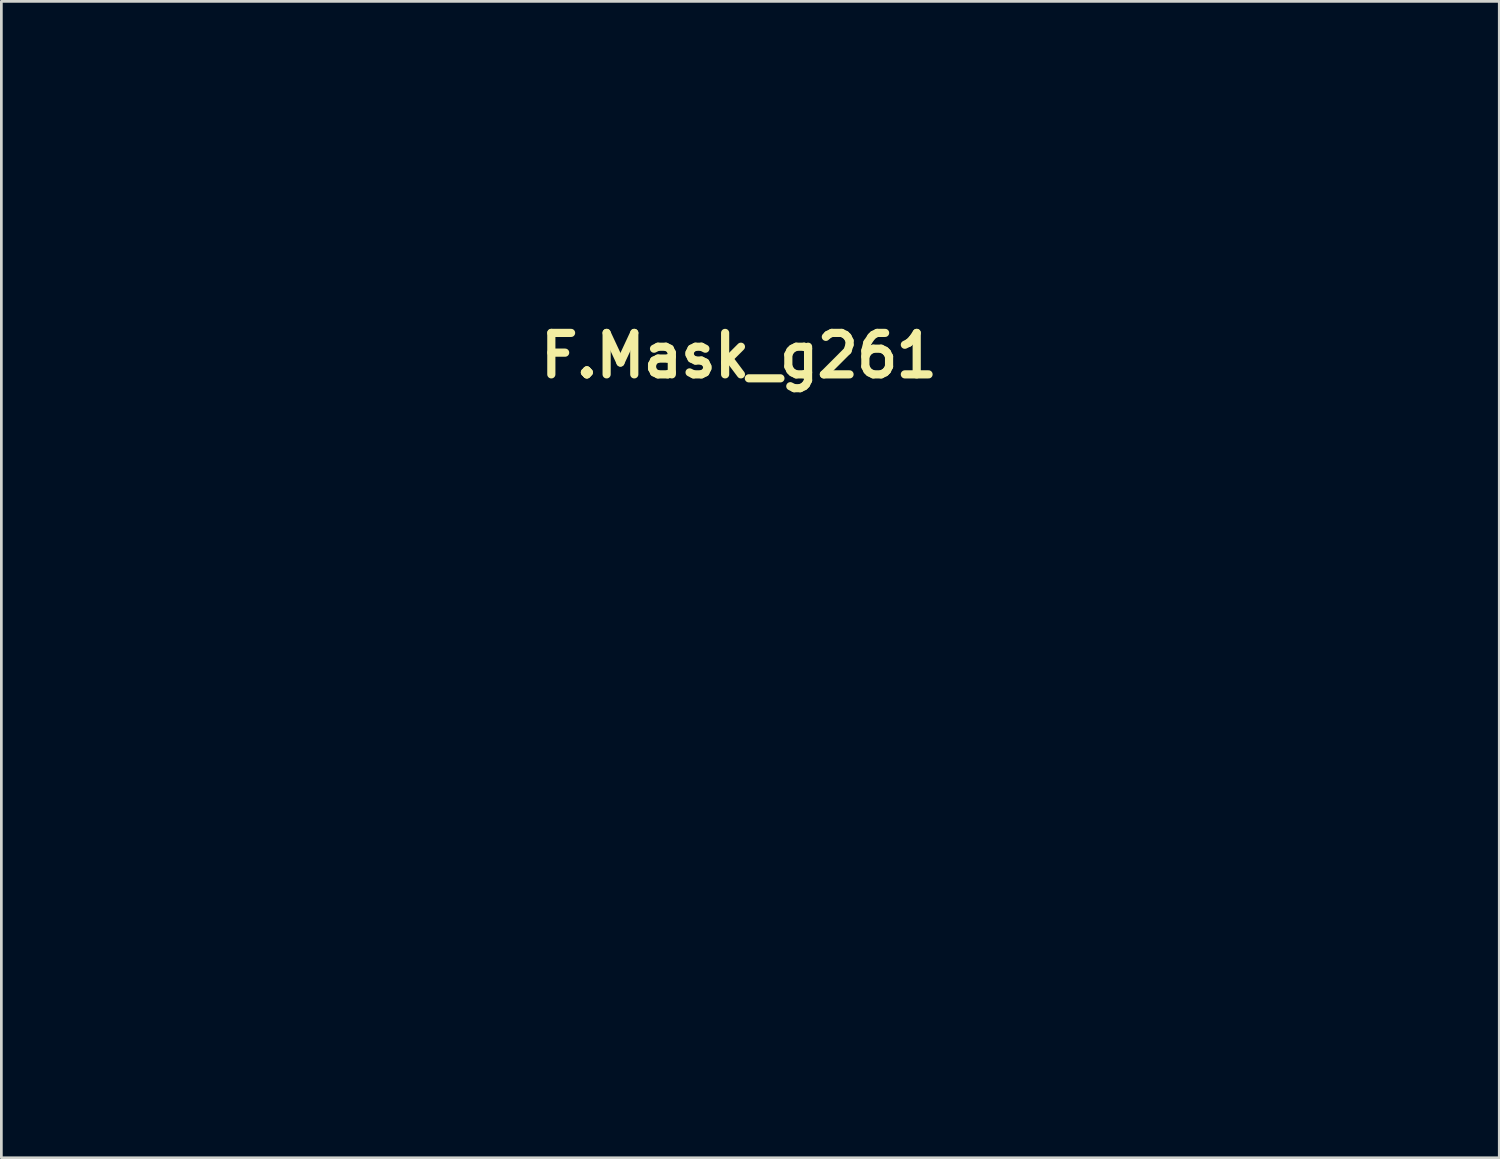
<source format=kicad_pcb>
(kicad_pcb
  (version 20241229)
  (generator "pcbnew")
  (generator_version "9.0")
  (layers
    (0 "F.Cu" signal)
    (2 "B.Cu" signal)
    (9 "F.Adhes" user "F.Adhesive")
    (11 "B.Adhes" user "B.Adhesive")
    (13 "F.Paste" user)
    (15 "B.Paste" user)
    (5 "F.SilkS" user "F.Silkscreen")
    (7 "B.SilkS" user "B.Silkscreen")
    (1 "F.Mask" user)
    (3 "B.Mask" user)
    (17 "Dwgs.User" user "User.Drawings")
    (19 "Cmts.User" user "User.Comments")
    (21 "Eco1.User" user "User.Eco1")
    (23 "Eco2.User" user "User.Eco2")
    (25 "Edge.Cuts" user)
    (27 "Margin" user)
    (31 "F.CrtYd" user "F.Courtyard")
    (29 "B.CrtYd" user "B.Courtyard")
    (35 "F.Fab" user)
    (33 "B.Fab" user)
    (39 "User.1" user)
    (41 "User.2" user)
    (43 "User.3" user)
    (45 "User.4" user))
  (footprint "F.Mask_g261"
    (layer "F.Cu")
    (at 24.103 10.017)
    (property "Reference" "F.Mask_g261" (at 0 0 0) (layer "F.SilkS") (effects (font (size 1.524 1.524) (thickness 0.3))))
    (attr through_hole)
    (fp_poly (pts (xy 22.42 12.896) (xy 22.43 12.952) (xy 22.437 13.042) (xy 22.443 13.16) (xy 22.446 13.297) (xy 22.448 13.446) (xy 22.447 13.599) (xy 22.445 13.749) (xy 22.44 13.888) (xy 22.434 14.007) (xy 22.425 14.101) (xy 22.418 14.145) (xy 22.39 14.287) (xy -21.918 14.287) (xy -22.34 13.594) (xy -22.436 13.438) (xy -22.525 13.291) (xy -22.606 13.158) (xy -22.676 13.044) (xy -22.731 12.953) (xy -22.771 12.888) (xy -22.791 12.855) (xy -22.792 12.853) (xy -22.823 12.806) (xy 22.393 12.806) (xy 22.42 12.896)) (stroke (width 0.01) (type solid)) (fill yes) (layer "F.Mask"))
    (fp_poly (pts (xy 24.435 10.003) (xy 24.565 10.006) (xy 24.682 10.01) (xy 24.778 10.015) (xy 24.846 10.022) (xy 24.875 10.029) (xy 24.933 10.052) (xy 24.894 10.164) (xy 24.867 10.235) (xy 24.83 10.329) (xy 24.788 10.429) (xy 24.771 10.467) (xy 24.689 10.657) (xy 23.596 10.669) (xy 23.608 10.621) (xy 23.623 10.545) (xy 23.641 10.443) (xy 23.658 10.329) (xy 23.672 10.22) (xy 23.676 10.187) (xy 23.689 10.104) (xy 23.709 10.046) (xy 23.723 10.029) (xy 23.753 10.02) (xy 23.82 10.014) (xy 23.914 10.008) (xy 24.03 10.005) (xy 24.16 10.003) (xy 24.297 10.002) (xy 24.435 10.003)) (stroke (width 0.01) (type solid)) (fill yes) (layer "F.Mask"))
    (fp_poly (pts (xy 0.753 25.911) (xy 1.166 25.911) (xy 1.574 25.911) (xy 1.976 25.911) (xy 2.37 25.912) (xy 2.753 25.912) (xy 3.124 25.913) (xy 3.479 25.913) (xy 3.817 25.914) (xy 4.135 25.915) (xy 4.432 25.915) (xy 4.705 25.916) (xy 4.952 25.917) (xy 5.171 25.918) (xy 5.359 25.919) (xy 5.514 25.921) (xy 5.634 25.922) (xy 5.718 25.923) (xy 5.761 25.925) (xy 5.767 25.925) (xy 5.782 25.93) (xy 5.777 25.937) (xy 5.748 25.947) (xy 5.694 25.96) (xy 5.611 25.976) (xy 5.497 25.997) (xy 5.347 26.023) (xy 5.16 26.055) (xy 5.058 26.072) (xy 4.559 26.152) (xy 4.089 26.222) (xy 3.637 26.282) (xy 3.193 26.333) (xy 2.746 26.378) (xy 2.284 26.417) (xy 1.99 26.439) (xy 1.883 26.444) (xy 1.741 26.45) (xy 1.567 26.454) (xy 1.367 26.459) (xy 1.148 26.462) (xy 0.915 26.465) (xy 0.673 26.467) (xy 0.428 26.469) (xy 0.186 26.47) (xy -0.047 26.47) (xy -0.267 26.469) (xy -0.467 26.467) (xy -0.642 26.465) (xy -0.786 26.461) (xy -0.868 26.458) (xy -1.197 26.44) (xy -1.508 26.421) (xy -1.807 26.398) (xy -2.101 26.372) (xy -2.396 26.341) (xy -2.698 26.305) (xy -3.013 26.263) (xy -3.349 26.214) (xy -3.712 26.158) (xy -4.107 26.093) (xy -4.232 26.073) (xy -4.438 26.038) (xy -4.605 26.009) (xy -4.735 25.986) (xy -4.833 25.967) (xy -4.9 25.952) (xy -4.94 25.941) (xy -4.956 25.933) (xy -4.95 25.927) (xy -4.941 25.925) (xy -4.912 25.924) (xy -4.842 25.922) (xy -4.735 25.921) (xy -4.592 25.92) (xy -4.415 25.919) (xy -4.207 25.918) (xy -3.97 25.917) (xy -3.706 25.916) (xy -3.418 25.915) (xy -3.107 25.914) (xy -2.776 25.913) (xy -2.426 25.913) (xy -2.061 25.912) (xy -1.682 25.912) (xy -1.292 25.911) (xy -0.893 25.911) (xy -0.486 25.911) (xy -0.075 25.911) (xy 0.339 25.911) (xy 0.753 25.911)) (stroke (width 0.01) (type solid)) (fill yes) (layer "F.Mask"))
    (fp_poly (pts (xy 1.413 19.414) (xy 2.175 19.414) (xy 2.933 19.414) (xy 3.687 19.414) (xy 4.435 19.415) (xy 5.176 19.415) (xy 5.909 19.415) (xy 6.633 19.416) (xy 7.346 19.417) (xy 8.048 19.417) (xy 8.737 19.418) (xy 9.412 19.419) (xy 10.072 19.42) (xy 10.716 19.421) (xy 11.342 19.422) (xy 11.95 19.423) (xy 12.538 19.424) (xy 13.105 19.425) (xy 13.65 19.426) (xy 14.172 19.428) (xy 14.669 19.429) (xy 15.141 19.43) (xy 15.586 19.432) (xy 16.003 19.433) (xy 16.39 19.435) (xy 16.748 19.436) (xy 17.074 19.438) (xy 17.367 19.44) (xy 17.627 19.442) (xy 17.851 19.443) (xy 18.04 19.445) (xy 18.191 19.447) (xy 18.304 19.449) (xy 18.377 19.451) (xy 18.409 19.453) (xy 18.41 19.454) (xy 18.392 19.473) (xy 18.346 19.516) (xy 18.276 19.579) (xy 18.187 19.658) (xy 18.083 19.749) (xy 17.968 19.849) (xy 17.846 19.953) (xy 17.722 20.058) (xy 17.6 20.161) (xy 17.537 20.214) (xy 17.364 20.356) (xy 17.198 20.492) (xy 17.032 20.626) (xy 16.86 20.763) (xy 16.675 20.909) (xy 16.471 21.068) (xy 16.243 21.245) (xy 16.143 21.322) (xy 15.575 21.759) (xy 0.406 21.759) (xy -14.764 21.758) (xy -14.891 21.657) (xy -14.943 21.616) (xy -15.022 21.554) (xy -15.123 21.476) (xy -15.238 21.387) (xy -15.363 21.291) (xy -15.462 21.214) (xy -15.842 20.919) (xy -16.218 20.619) (xy -16.599 20.307) (xy -16.995 19.975) (xy -17.145 19.848) (xy -17.621 19.442) (xy -13.292 19.429) (xy -12.73 19.427) (xy -12.146 19.426) (xy -11.542 19.424) (xy -10.92 19.423) (xy -10.28 19.422) (xy -9.623 19.421) (xy -8.951 19.42) (xy -8.265 19.419) (xy -7.565 19.418) (xy -6.854 19.417) (xy -6.133 19.416) (xy -5.401 19.416) (xy -4.662 19.415) (xy -3.915 19.415) (xy -3.163 19.414) (xy -2.405 19.414) (xy -1.644 19.414) (xy -0.881 19.414) (xy -0.116 19.413) (xy 0.649 19.413) (xy 1.413 19.414)) (stroke (width 0.01) (type solid)) (fill yes) (layer "F.Mask"))
    (fp_poly (pts (xy -0.905 -9.991) (xy -0.414 -9.93) (xy 0.066 -9.828) (xy 0.533 -9.686) (xy 0.987 -9.504) (xy 1.426 -9.283) (xy 1.824 -9.039) (xy 2.025 -8.902) (xy 2.2 -8.773) (xy 2.362 -8.642) (xy 2.523 -8.499) (xy 2.695 -8.335) (xy 2.743 -8.287) (xy 3.09 -7.913) (xy 3.401 -7.519) (xy 3.675 -7.103) (xy 3.913 -6.666) (xy 4.115 -6.206) (xy 4.281 -5.725) (xy 4.412 -5.221) (xy 4.501 -4.731) (xy 4.519 -4.575) (xy 4.532 -4.386) (xy 4.539 -4.175) (xy 4.542 -3.95) (xy 4.54 -3.721) (xy 4.533 -3.498) (xy 4.521 -3.29) (xy 4.504 -3.107) (xy 4.491 -3.006) (xy 4.391 -2.488) (xy 4.254 -1.99) (xy 4.08 -1.513) (xy 3.869 -1.054) (xy 3.62 -0.614) (xy 3.332 -0.192) (xy 3.212 -0.035) (xy 3.111 0.086) (xy 2.987 0.223) (xy 2.847 0.371) (xy 2.699 0.52) (xy 2.55 0.664) (xy 2.409 0.795) (xy 2.282 0.904) (xy 2.223 0.952) (xy 1.832 1.231) (xy 1.428 1.476) (xy 1.175 1.608) (xy 0.753 1.797) (xy 0.334 1.948) (xy -0.091 2.064) (xy -0.531 2.146) (xy -0.993 2.197) (xy -1.037 2.201) (xy -1.184 2.21) (xy -1.304 2.216) (xy -1.412 2.218) (xy -1.519 2.217) (xy -1.638 2.211) (xy -1.784 2.202) (xy -1.83 2.198) (xy -2.323 2.142) (xy -2.805 2.045) (xy -3.276 1.908) (xy -3.734 1.73) (xy -4.181 1.511) (xy -4.615 1.252) (xy -5.006 0.976) (xy -5.122 0.882) (xy -5.258 0.762) (xy -5.406 0.624) (xy -5.557 0.477) (xy -5.705 0.326) (xy -5.842 0.18) (xy -5.96 0.047) (xy -6.027 -0.035) (xy -6.331 -0.454) (xy -6.597 -0.889) (xy -6.823 -1.341) (xy -7.01 -1.809) (xy -7.158 -2.291) (xy -7.266 -2.788) (xy -7.334 -3.298) (xy -7.359 -3.715) (xy -7.354 -4.234) (xy -7.309 -4.744) (xy -7.223 -5.242) (xy -7.099 -5.728) (xy -6.935 -6.199) (xy -6.734 -6.655) (xy -6.496 -7.093) (xy -6.221 -7.511) (xy -5.91 -7.909) (xy -5.569 -8.278) (xy -5.197 -8.621) (xy -4.804 -8.928) (xy -4.391 -9.198) (xy -3.961 -9.43) (xy -3.514 -9.625) (xy -3.052 -9.781) (xy -2.576 -9.897) (xy -2.089 -9.973) (xy -1.592 -10.009) (xy -1.408 -10.012) (xy -0.905 -9.991)) (stroke (width 0.01) (type solid)) (fill yes) (layer "F.Mask"))
    (fp_poly (pts (xy -13.037 16.068) (xy -12.384 16.068) (xy -11.712 16.068) (xy -11.024 16.068) (xy -10.32 16.068) (xy -9.601 16.068) (xy -8.869 16.068) (xy -8.124 16.069) (xy -7.369 16.069) (xy -6.603 16.069) (xy -5.828 16.07) (xy -5.045 16.07) (xy -4.255 16.071) (xy -3.46 16.071) (xy -2.66 16.072) (xy -1.857 16.072) (xy -1.051 16.073) (xy -0.244 16.073) (xy 0.564 16.074) (xy 1.37 16.074) (xy 2.174 16.075) (xy 2.975 16.076) (xy 3.772 16.076) (xy 4.564 16.077) (xy 5.349 16.078) (xy 6.126 16.079) (xy 6.895 16.079) (xy 7.653 16.08) (xy 8.401 16.081) (xy 9.137 16.082) (xy 9.86 16.083) (xy 10.568 16.083) (xy 11.261 16.084) (xy 11.937 16.085) (xy 12.596 16.086) (xy 13.237 16.087) (xy 13.857 16.088) (xy 14.456 16.089) (xy 15.034 16.09) (xy 15.588 16.091) (xy 16.118 16.092) (xy 16.623 16.093) (xy 17.101 16.094) (xy 17.552 16.095) (xy 17.974 16.096) (xy 18.366 16.097) (xy 18.727 16.098) (xy 19.056 16.098) (xy 19.352 16.099) (xy 19.614 16.1) (xy 19.84 16.101) (xy 20.03 16.102) (xy 20.183 16.103) (xy 20.296 16.104) (xy 20.37 16.105) (xy 20.384 16.106) (xy 20.621 16.111) (xy 20.819 16.117) (xy 20.981 16.122) (xy 21.112 16.127) (xy 21.213 16.133) (xy 21.288 16.139) (xy 21.341 16.146) (xy 21.375 16.154) (xy 21.394 16.164) (xy 21.399 16.175) (xy 21.399 16.175) (xy 21.387 16.198) (xy 21.35 16.248) (xy 21.294 16.322) (xy 21.221 16.414) (xy 21.137 16.521) (xy 21.043 16.636) (xy 20.945 16.757) (xy 20.845 16.878) (xy 20.748 16.994) (xy 20.657 17.102) (xy 20.576 17.196) (xy 20.565 17.209) (xy 20.47 17.315) (xy 20.358 17.438) (xy 20.24 17.564) (xy 20.13 17.68) (xy 20.1 17.711) (xy 19.848 17.971) (xy -19.103 17.968) (xy -19.346 17.679) (xy -19.573 17.41) (xy -19.78 17.162) (xy -19.968 16.936) (xy -20.136 16.735) (xy -20.282 16.557) (xy -20.405 16.406) (xy -20.506 16.282) (xy -20.581 16.185) (xy -20.632 16.119) (xy -20.656 16.082) (xy -20.659 16.077) (xy -20.638 16.076) (xy -20.575 16.075) (xy -20.473 16.074) (xy -20.332 16.073) (xy -20.153 16.073) (xy -19.937 16.072) (xy -19.685 16.071) (xy -19.399 16.071) (xy -19.079 16.07) (xy -18.727 16.07) (xy -18.344 16.069) (xy -17.93 16.069) (xy -17.488 16.069) (xy -17.018 16.068) (xy -16.52 16.068) (xy -15.998 16.068) (xy -15.45 16.068) (xy -14.879 16.068) (xy -14.286 16.068) (xy -13.672 16.068) (xy -13.037 16.068)) (stroke (width 0.01) (type solid)) (fill yes) (layer "F.Mask"))
    (fp_poly (pts (xy 22.289 10.12) (xy 22.294 10.211) (xy 22.305 10.32) (xy 22.32 10.423) (xy 22.321 10.425) (xy 22.335 10.509) (xy 22.346 10.58) (xy 22.351 10.625) (xy 22.352 10.631) (xy 22.35 10.633) (xy 22.346 10.635) (xy 22.338 10.636) (xy 22.326 10.638) (xy 22.308 10.64) (xy 22.285 10.641) (xy 22.254 10.643) (xy 22.217 10.644) (xy 22.171 10.646) (xy 22.116 10.647) (xy 22.052 10.649) (xy 21.977 10.65) (xy 21.891 10.651) (xy 21.793 10.652) (xy 21.683 10.653) (xy 21.56 10.654) (xy 21.422 10.655) (xy 21.27 10.656) (xy 21.102 10.657) (xy 20.918 10.658) (xy 20.717 10.659) (xy 20.498 10.659) (xy 20.26 10.66) (xy 20.004 10.661) (xy 19.727 10.661) (xy 19.43 10.662) (xy 19.112 10.663) (xy 18.771 10.663) (xy 18.407 10.664) (xy 18.02 10.664) (xy 17.608 10.664) (xy 17.172 10.665) (xy 16.709 10.665) (xy 16.22 10.666) (xy 15.703 10.666) (xy 15.159 10.666) (xy 14.586 10.666) (xy 13.983 10.667) (xy 13.35 10.667) (xy 12.686 10.667) (xy 11.99 10.667) (xy 11.262 10.667) (xy 10.501 10.667) (xy 9.705 10.668) (xy 8.875 10.668) (xy 8.01 10.668) (xy 7.108 10.668) (xy 6.17 10.668) (xy 5.193 10.668) (xy 4.179 10.668) (xy 3.125 10.668) (xy 2.032 10.668) (xy 0.898 10.668) (xy -0.277 10.668) (xy -23.854 10.668) (xy -23.905 10.567) (xy -23.943 10.486) (xy -23.983 10.394) (xy -24.022 10.299) (xy -24.056 10.209) (xy -24.082 10.133) (xy -24.097 10.08) (xy -24.098 10.058) (xy -24.091 10.056) (xy -24.073 10.054) (xy -24.043 10.052) (xy -24.001 10.05) (xy -23.946 10.048) (xy -23.877 10.047) (xy -23.794 10.045) (xy -23.697 10.043) (xy -23.583 10.042) (xy -23.454 10.04) (xy -23.307 10.039) (xy -23.143 10.037) (xy -22.961 10.036) (xy -22.76 10.034) (xy -22.539 10.033) (xy -22.298 10.032) (xy -22.036 10.031) (xy -21.753 10.029) (xy -21.447 10.028) (xy -21.119 10.027) (xy -20.767 10.026) (xy -20.391 10.025) (xy -19.99 10.024) (xy -19.563 10.023) (xy -19.111 10.022) (xy -18.631 10.021) (xy -18.124 10.02) (xy -17.589 10.019) (xy -17.025 10.018) (xy -16.432 10.017) (xy -15.808 10.016) (xy -15.154 10.015) (xy -14.468 10.014) (xy -13.75 10.013) (xy -13 10.012) (xy -12.215 10.011) (xy -11.397 10.011) (xy -10.544 10.01) (xy -9.656 10.009) (xy -8.731 10.008) (xy -7.77 10.007) (xy -6.771 10.006) (xy -5.734 10.005) (xy -4.658 10.004) (xy -3.543 10.003) (xy -2.388 10.003) (xy -1.192 10.002) (xy 0.045 10.001) (xy 0.577 10) (xy 22.288 9.984) (xy 22.289 10.12)) (stroke (width 0.01) (type solid)) (fill yes) (layer "F.Mask"))
    (fp_poly (pts (xy 1.105 22.659) (xy 1.752 22.659) (xy 2.401 22.659) (xy 3.048 22.66) (xy 3.694 22.661) (xy 4.334 22.661) (xy 4.969 22.662) (xy 5.596 22.664) (xy 6.212 22.665) (xy 6.817 22.666) (xy 7.409 22.668) (xy 7.985 22.67) (xy 8.543 22.671) (xy 9.083 22.673) (xy 9.602 22.675) (xy 10.098 22.678) (xy 10.57 22.68) (xy 11.015 22.682) (xy 11.432 22.685) (xy 11.819 22.687) (xy 12.175 22.69) (xy 12.496 22.693) (xy 12.782 22.696) (xy 13.03 22.699) (xy 13.24 22.702) (xy 13.363 22.704) (xy 14.058 22.718) (xy 13.861 22.834) (xy 13.641 22.96) (xy 13.389 23.099) (xy 13.111 23.248) (xy 12.813 23.403) (xy 12.502 23.562) (xy 12.185 23.722) (xy 11.867 23.878) (xy 11.556 24.028) (xy 11.257 24.169) (xy 10.978 24.297) (xy 10.724 24.409) (xy 10.591 24.465) (xy 10.435 24.528) (xy 10.241 24.603) (xy 10.01 24.689) (xy 9.745 24.785) (xy 9.447 24.891) (xy 9.118 25.007) (xy 8.761 25.13) (xy 8.502 25.219) (xy 7.659 25.506) (xy 3.189 25.501) (xy 2.708 25.5) (xy 2.211 25.499) (xy 1.701 25.499) (xy 1.182 25.498) (xy 0.66 25.497) (xy 0.137 25.496) (xy -0.383 25.495) (xy -0.894 25.494) (xy -1.395 25.493) (xy -1.879 25.491) (xy -2.344 25.49) (xy -2.785 25.489) (xy -3.198 25.488) (xy -3.58 25.487) (xy -3.926 25.486) (xy -4.128 25.485) (xy -6.974 25.474) (xy -7.567 25.27) (xy -7.925 25.146) (xy -8.246 25.033) (xy -8.537 24.931) (xy -8.799 24.836) (xy -9.04 24.748) (xy -9.261 24.664) (xy -9.469 24.583) (xy -9.666 24.502) (xy -9.859 24.422) (xy -10.05 24.338) (xy -10.244 24.251) (xy -10.446 24.158) (xy -10.66 24.057) (xy -10.891 23.947) (xy -10.906 23.939) (xy -11.192 23.8) (xy -11.472 23.662) (xy -11.74 23.527) (xy -11.996 23.397) (xy -12.234 23.273) (xy -12.453 23.157) (xy -12.65 23.05) (xy -12.821 22.954) (xy -12.963 22.871) (xy -13.073 22.802) (xy -13.148 22.749) (xy -13.157 22.742) (xy -13.219 22.692) (xy -12.435 22.691) (xy -12.349 22.691) (xy -12.222 22.691) (xy -12.056 22.691) (xy -11.855 22.69) (xy -11.618 22.689) (xy -11.349 22.688) (xy -11.049 22.687) (xy -10.72 22.686) (xy -10.365 22.685) (xy -9.985 22.684) (xy -9.581 22.683) (xy -9.157 22.681) (xy -8.714 22.68) (xy -8.253 22.678) (xy -7.778 22.676) (xy -7.289 22.674) (xy -6.789 22.673) (xy -6.279 22.671) (xy -5.762 22.669) (xy -5.419 22.668) (xy -4.905 22.666) (xy -4.369 22.664) (xy -3.814 22.663) (xy -3.242 22.662) (xy -2.653 22.661) (xy -2.051 22.66) (xy -1.437 22.659) (xy -0.812 22.659) (xy -0.179 22.659) (xy 0.46 22.659) (xy 1.105 22.659)) (stroke (width 0.01) (type solid)) (fill yes) (layer "F.Mask")))
  (gr_rect
    (start -3 -3)
    (end 52.041 39.492)
    (stroke (width 0.1) (type default))
    (fill no)
    (layer "Edge.Cuts")))
</source>
